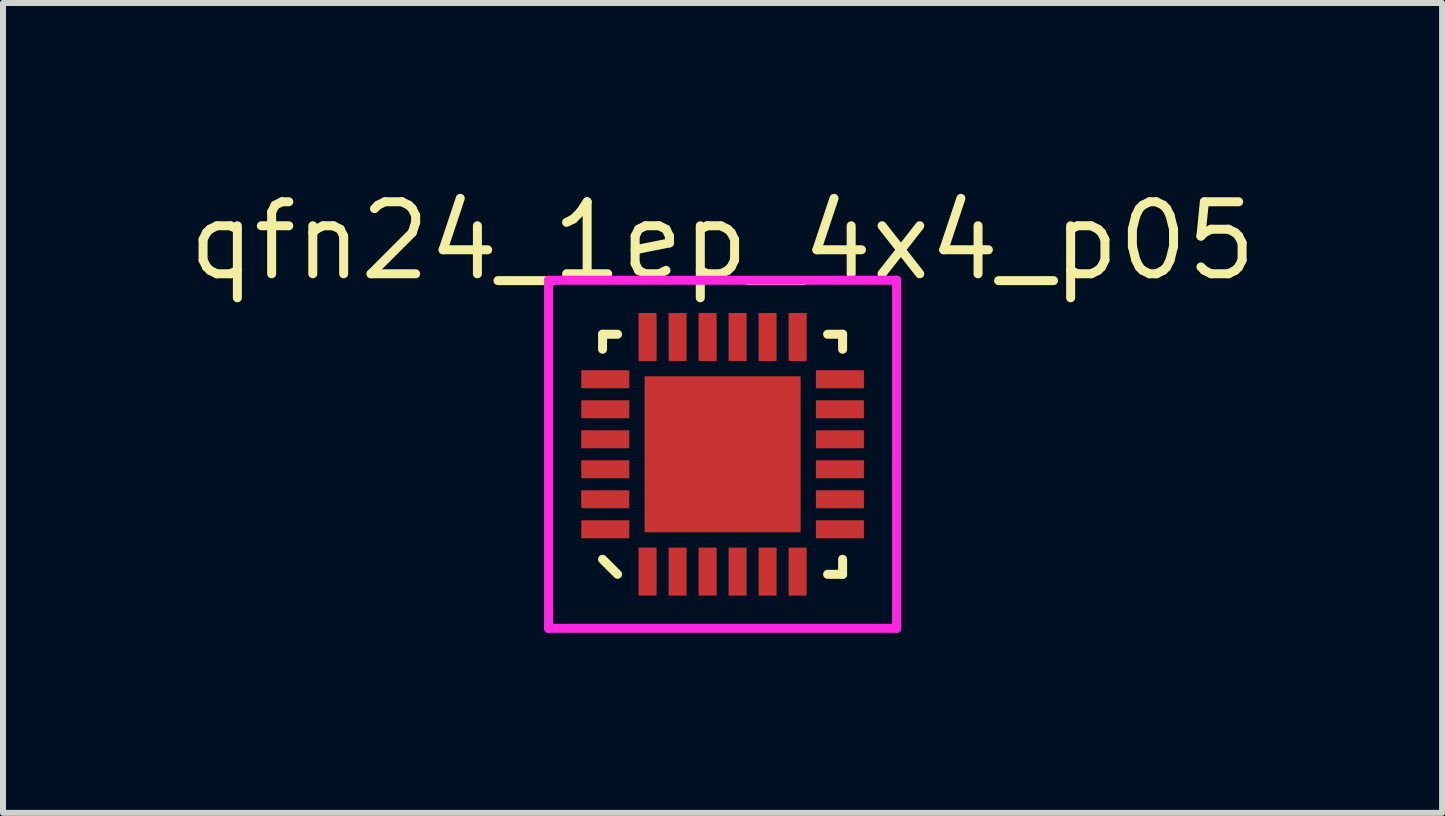
<source format=kicad_pcb>
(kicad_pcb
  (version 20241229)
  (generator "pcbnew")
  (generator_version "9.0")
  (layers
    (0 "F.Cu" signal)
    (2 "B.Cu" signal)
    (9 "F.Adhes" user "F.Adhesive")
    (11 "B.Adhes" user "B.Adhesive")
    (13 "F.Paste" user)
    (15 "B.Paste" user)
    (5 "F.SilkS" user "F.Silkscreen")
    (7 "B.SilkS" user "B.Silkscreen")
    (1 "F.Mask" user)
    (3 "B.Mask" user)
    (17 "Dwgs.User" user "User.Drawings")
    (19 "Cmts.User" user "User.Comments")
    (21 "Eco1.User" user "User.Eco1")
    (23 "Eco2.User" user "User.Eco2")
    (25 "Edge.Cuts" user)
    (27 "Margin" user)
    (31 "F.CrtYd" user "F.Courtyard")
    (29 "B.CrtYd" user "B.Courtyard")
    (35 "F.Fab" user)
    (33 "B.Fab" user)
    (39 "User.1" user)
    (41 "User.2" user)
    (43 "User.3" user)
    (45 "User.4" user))
  (footprint "qfn24_1ep_4x4_p05"
    (layer "F.Cu")
    (at 8.991 4.52)
    (property "Reference" "qfn24_1ep_4x4_p05" (at 0 -3.555 0) (layer "F.SilkS") (effects (font (size 1.2 1.2) (thickness 0.15))))
    (attr through_hole)
    (fp_line (start -2 -2) (end -1.75 -2) (stroke (width 0.15) (type solid)) (layer "F.SilkS"))
    (fp_line (start -2 -1.75) (end -2 -2) (stroke (width 0.15) (type solid)) (layer "F.SilkS"))
    (fp_line (start -1.75 2) (end -2 1.75) (stroke (width 0.15) (type solid)) (layer "F.SilkS"))
    (fp_line (start 2 -2) (end 1.75 -2) (stroke (width 0.15) (type solid)) (layer "F.SilkS"))
    (fp_line (start 2 -1.75) (end 2 -2) (stroke (width 0.15) (type solid)) (layer "F.SilkS"))
    (fp_line (start 2 1.75) (end 2 2) (stroke (width 0.15) (type solid)) (layer "F.SilkS"))
    (fp_line (start 2 2) (end 1.75 2) (stroke (width 0.15) (type solid)) (layer "F.SilkS"))
    (fp_line (start -2.9 -2.9) (end 2.9 -2.9) (stroke (width 0.15) (type solid)) (layer "F.CrtYd"))
    (fp_line (start -2.9 2.9) (end -2.9 -2.9) (stroke (width 0.15) (type solid)) (layer "F.CrtYd"))
    (fp_line (start 2.9 -2.9) (end 2.9 2.9) (stroke (width 0.15) (type solid)) (layer "F.CrtYd"))
    (fp_line (start 2.9 2.9) (end -2.9 2.9) (stroke (width 0.15) (type solid)) (layer "F.CrtYd"))
    (pad "1" smd rect (at -1.25 1.955 180) (size 0.3 0.8) (layers "F.Cu" "F.Mask" "F.Paste"))
    (pad "2" smd rect (at -0.75 1.955 180) (size 0.3 0.8) (layers "F.Cu" "F.Mask" "F.Paste"))
    (pad "3" smd rect (at -0.25 1.955 180) (size 0.3 0.8) (layers "F.Cu" "F.Mask" "F.Paste"))
    (pad "4" smd rect (at 0.25 1.955 180) (size 0.3 0.8) (layers "F.Cu" "F.Mask" "F.Paste"))
    (pad "5" smd rect (at 0.75 1.955 180) (size 0.3 0.8) (layers "F.Cu" "F.Mask" "F.Paste"))
    (pad "6" smd rect (at 1.25 1.955 180) (size 0.3 0.8) (layers "F.Cu" "F.Mask" "F.Paste"))
    (pad "7" smd rect (at 1.955 1.25 90) (size 0.3 0.8) (layers "F.Cu" "F.Mask" "F.Paste"))
    (pad "8" smd rect (at 1.955 0.75 90) (size 0.3 0.8) (layers "F.Cu" "F.Mask" "F.Paste"))
    (pad "9" smd rect (at 1.955 0.25 90) (size 0.3 0.8) (layers "F.Cu" "F.Mask" "F.Paste"))
    (pad "10" smd rect (at 1.955 -0.25 90) (size 0.3 0.8) (layers "F.Cu" "F.Mask" "F.Paste"))
    (pad "11" smd rect (at 1.955 -0.75 90) (size 0.3 0.8) (layers "F.Cu" "F.Mask" "F.Paste"))
    (pad "12" smd rect (at 1.955 -1.25 90) (size 0.3 0.8) (layers "F.Cu" "F.Mask" "F.Paste"))
    (pad "13" smd rect (at 1.25 -1.955 180) (size 0.3 0.8) (layers "F.Cu" "F.Mask" "F.Paste"))
    (pad "14" smd rect (at 0.75 -1.955 180) (size 0.3 0.8) (layers "F.Cu" "F.Mask" "F.Paste"))
    (pad "15" smd rect (at 0.25 -1.955 180) (size 0.3 0.8) (layers "F.Cu" "F.Mask" "F.Paste"))
    (pad "16" smd rect (at -0.25 -1.955 180) (size 0.3 0.8) (layers "F.Cu" "F.Mask" "F.Paste"))
    (pad "17" smd rect (at -0.75 -1.955 180) (size 0.3 0.8) (layers "F.Cu" "F.Mask" "F.Paste"))
    (pad "18" smd rect (at -1.25 -1.955 180) (size 0.3 0.8) (layers "F.Cu" "F.Mask" "F.Paste"))
    (pad "19" smd rect (at -1.955 -1.25 90) (size 0.3 0.8) (layers "F.Cu" "F.Mask" "F.Paste"))
    (pad "20" smd rect (at -1.955 -0.75 90) (size 0.3 0.8) (layers "F.Cu" "F.Mask" "F.Paste"))
    (pad "21" smd rect (at -1.955 -0.25 90) (size 0.3 0.8) (layers "F.Cu" "F.Mask" "F.Paste"))
    (pad "22" smd rect (at -1.955 0.25 90) (size 0.3 0.8) (layers "F.Cu" "F.Mask" "F.Paste"))
    (pad "23" smd rect (at -1.955 0.75 90) (size 0.3 0.8) (layers "F.Cu" "F.Mask" "F.Paste"))
    (pad "24" smd rect (at -1.955 1.25 90) (size 0.3 0.8) (layers "F.Cu" "F.Mask" "F.Paste"))
    (pad "25" smd rect (at 0 0 90) (size 2.6 2.6) (layers "F.Cu" "F.Mask" "F.Paste")))
  (gr_rect
    (start -3 -3)
    (end 20.981 10.495)
    (stroke (width 0.1) (type default))
    (fill no)
    (layer "Edge.Cuts")))
</source>
